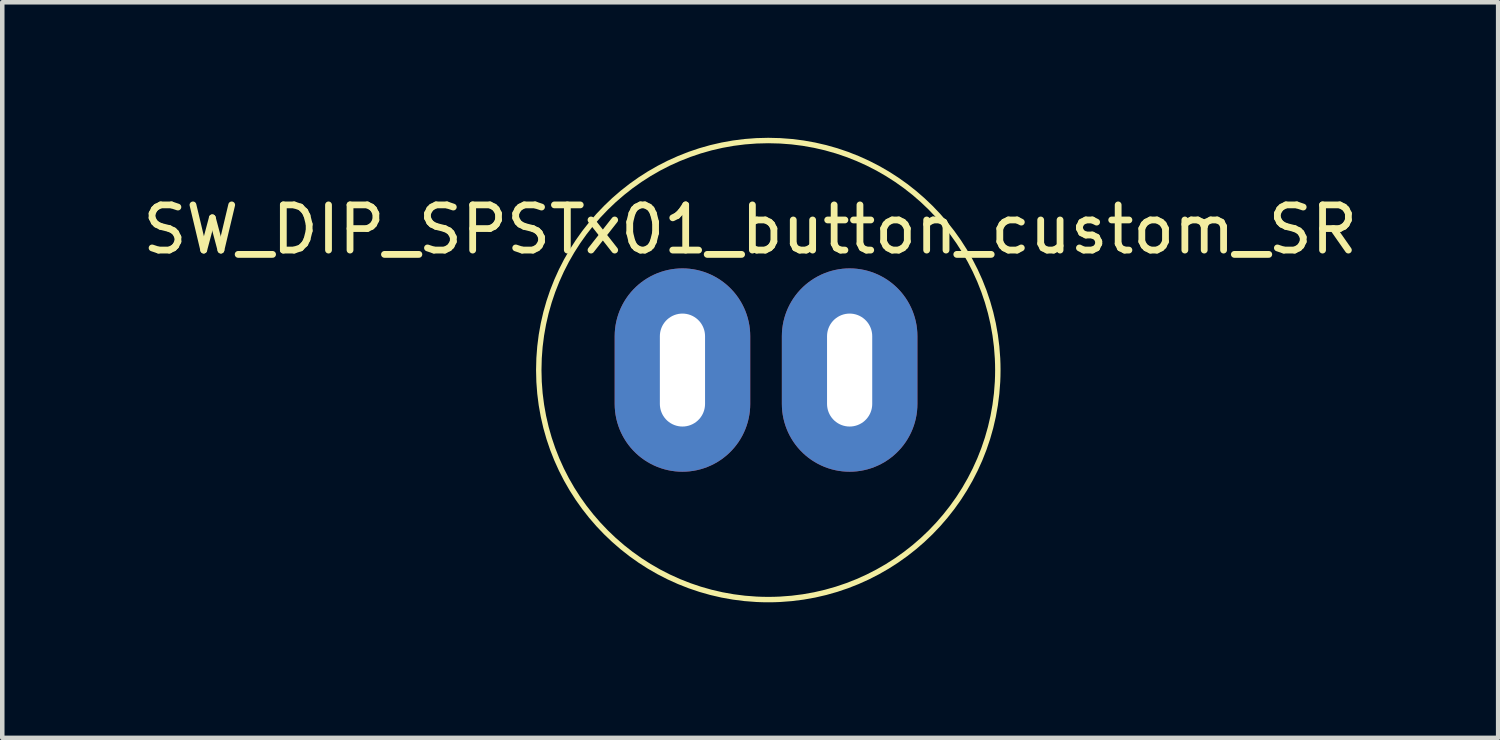
<source format=kicad_pcb>
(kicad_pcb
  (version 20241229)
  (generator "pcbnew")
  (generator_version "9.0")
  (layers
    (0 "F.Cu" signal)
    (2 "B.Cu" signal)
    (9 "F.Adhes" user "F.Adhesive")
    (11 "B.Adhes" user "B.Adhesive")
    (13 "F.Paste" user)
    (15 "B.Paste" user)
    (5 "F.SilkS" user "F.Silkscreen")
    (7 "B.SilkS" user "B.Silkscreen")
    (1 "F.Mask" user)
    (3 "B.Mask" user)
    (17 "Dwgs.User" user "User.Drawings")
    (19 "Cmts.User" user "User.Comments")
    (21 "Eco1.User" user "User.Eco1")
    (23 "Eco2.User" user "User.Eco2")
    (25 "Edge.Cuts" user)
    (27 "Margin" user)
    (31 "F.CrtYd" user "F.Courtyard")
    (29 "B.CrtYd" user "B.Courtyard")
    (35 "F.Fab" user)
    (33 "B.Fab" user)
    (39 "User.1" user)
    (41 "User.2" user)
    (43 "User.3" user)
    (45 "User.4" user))
  (footprint "SW_DIP_SPSTx01_button_custom_SR"
    (layer "F.Cu")
    (at 12.054 5.14)
    (property "Reference" "SW_DIP_SPSTx01_button_custom_SR" (at 1.5 -3.11 0) (layer "F.SilkS") (effects (font (size 1 1) (thickness 0.15))))
    (attr through_hole)
    (fp_circle (center 1.9 0) (end 6.98 0) (stroke (width 0.12) (type solid)) (fill no) (layer "F.SilkS"))
    (pad "1" thru_hole oval (at 0 0) (size 3 4.5) (drill oval 1 2.5) (layers "*.Cu" "*.Mask"))
    (pad "2" thru_hole oval (at 3.7 0) (size 3 4.5) (drill oval 1 2.5) (layers "*.Cu" "*.Mask")))
  (gr_rect
    (start -3 -3)
    (end 30.107 13.28)
    (stroke (width 0.1) (type default))
    (fill no)
    (layer "Edge.Cuts")))
</source>
